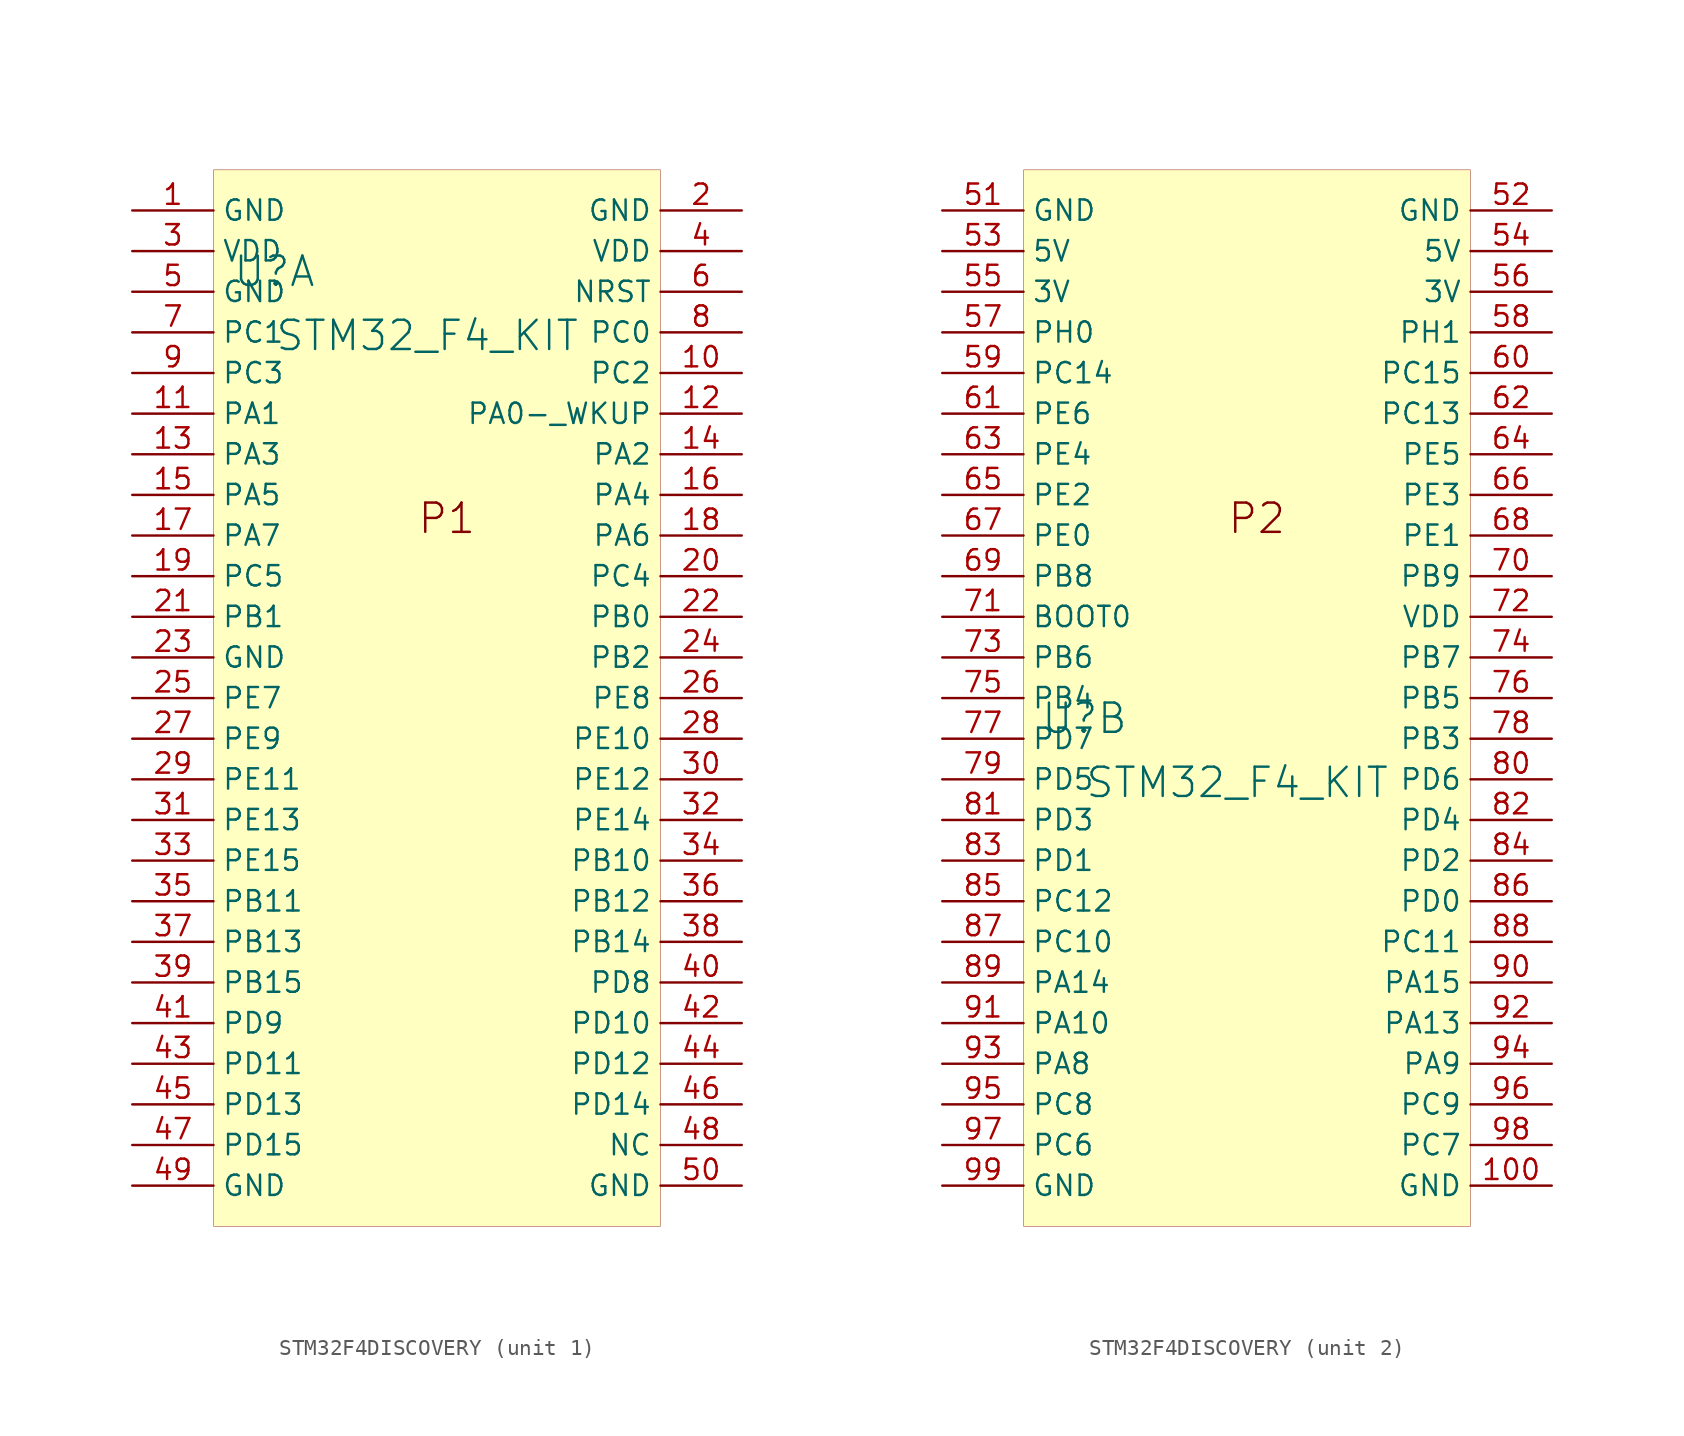
<source format=kicad_sym>
(kicad_symbol_lib
  (version 20241209)
  (generator "kicad_symbol_editor")
  (generator_version "9.0")
  (symbol "STM32F4DISCOVERY"
    (property "Reference" "U"
      (at -1.27 1.27 0)
      (effects (font (size 1.829 1.829))))
    (property "Value" "STM32_F4_KIT"
      (at -1.27 -3.81 0)
      (effects (font (size 1.829 1.829)) (justify left bottom)))
    (symbol "STM32F4DISCOVERY_1_0"
      (rectangle (start 22.86 7.62) (end -5.08 -58.42) (stroke (width 0.025) (type solid) (color 128 0 0 1)) (fill (type background)))
      (text "P1" (at 7.62 -15.24 0) (effects (font (size 1.829 1.829)) (justify left bottom)))
      (pin power_in line (at -10.16 5.08 0) (length 5.08) (name "GND" (effects (font (size 1.27 1.27)))) (number "1" (effects (font (size 1.27 1.27)))))
      (pin power_in line (at -10.16 2.54 0) (length 5.08) (name "VDD" (effects (font (size 1.27 1.27)))) (number "3" (effects (font (size 1.27 1.27)))))
      (pin power_in line (at -10.16 0 0) (length 5.08) (name "GND" (effects (font (size 1.27 1.27)))) (number "5" (effects (font (size 1.27 1.27)))))
      (pin bidirectional line (at -10.16 -2.54 0) (length 5.08) (name "PC1" (effects (font (size 1.27 1.27)))) (number "7" (effects (font (size 1.27 1.27)))))
      (pin bidirectional line (at -10.16 -5.08 0) (length 5.08) (name "PC3" (effects (font (size 1.27 1.27)))) (number "9" (effects (font (size 1.27 1.27)))))
      (pin bidirectional line (at -10.16 -7.62 0) (length 5.08) (name "PA1" (effects (font (size 1.27 1.27)))) (number "11" (effects (font (size 1.27 1.27)))))
      (pin bidirectional line (at -10.16 -10.16 0) (length 5.08) (name "PA3" (effects (font (size 1.27 1.27)))) (number "13" (effects (font (size 1.27 1.27)))))
      (pin bidirectional line (at -10.16 -12.7 0) (length 5.08) (name "PA5" (effects (font (size 1.27 1.27)))) (number "15" (effects (font (size 1.27 1.27)))))
      (pin bidirectional line (at -10.16 -15.24 0) (length 5.08) (name "PA7" (effects (font (size 1.27 1.27)))) (number "17" (effects (font (size 1.27 1.27)))))
      (pin bidirectional line (at -10.16 -17.78 0) (length 5.08) (name "PC5" (effects (font (size 1.27 1.27)))) (number "19" (effects (font (size 1.27 1.27)))))
      (pin bidirectional line (at -10.16 -20.32 0) (length 5.08) (name "PB1" (effects (font (size 1.27 1.27)))) (number "21" (effects (font (size 1.27 1.27)))))
      (pin power_in line (at -10.16 -22.86 0) (length 5.08) (name "GND" (effects (font (size 1.27 1.27)))) (number "23" (effects (font (size 1.27 1.27)))))
      (pin bidirectional line (at -10.16 -25.4 0) (length 5.08) (name "PE7" (effects (font (size 1.27 1.27)))) (number "25" (effects (font (size 1.27 1.27)))))
      (pin bidirectional line (at -10.16 -27.94 0) (length 5.08) (name "PE9" (effects (font (size 1.27 1.27)))) (number "27" (effects (font (size 1.27 1.27)))))
      (pin bidirectional line (at -10.16 -30.48 0) (length 5.08) (name "PE11" (effects (font (size 1.27 1.27)))) (number "29" (effects (font (size 1.27 1.27)))))
      (pin bidirectional line (at -10.16 -33.02 0) (length 5.08) (name "PE13" (effects (font (size 1.27 1.27)))) (number "31" (effects (font (size 1.27 1.27)))))
      (pin bidirectional line (at -10.16 -35.56 0) (length 5.08) (name "PE15" (effects (font (size 1.27 1.27)))) (number "33" (effects (font (size 1.27 1.27)))))
      (pin bidirectional line (at -10.16 -38.1 0) (length 5.08) (name "PB11" (effects (font (size 1.27 1.27)))) (number "35" (effects (font (size 1.27 1.27)))))
      (pin bidirectional line (at -10.16 -40.64 0) (length 5.08) (name "PB13" (effects (font (size 1.27 1.27)))) (number "37" (effects (font (size 1.27 1.27)))))
      (pin bidirectional line (at -10.16 -43.18 0) (length 5.08) (name "PB15" (effects (font (size 1.27 1.27)))) (number "39" (effects (font (size 1.27 1.27)))))
      (pin bidirectional line (at -10.16 -45.72 0) (length 5.08) (name "PD9" (effects (font (size 1.27 1.27)))) (number "41" (effects (font (size 1.27 1.27)))))
      (pin bidirectional line (at -10.16 -48.26 0) (length 5.08) (name "PD11" (effects (font (size 1.27 1.27)))) (number "43" (effects (font (size 1.27 1.27)))))
      (pin bidirectional line (at -10.16 -50.8 0) (length 5.08) (name "PD13" (effects (font (size 1.27 1.27)))) (number "45" (effects (font (size 1.27 1.27)))))
      (pin bidirectional line (at -10.16 -53.34 0) (length 5.08) (name "PD15" (effects (font (size 1.27 1.27)))) (number "47" (effects (font (size 1.27 1.27)))))
      (pin power_in line (at -10.16 -55.88 0) (length 5.08) (name "GND" (effects (font (size 1.27 1.27)))) (number "49" (effects (font (size 1.27 1.27)))))
      (pin power_in line (at 27.94 5.08 180) (length 5.08) (name "GND" (effects (font (size 1.27 1.27)))) (number "2" (effects (font (size 1.27 1.27)))))
      (pin power_in line (at 27.94 2.54 180) (length 5.08) (name "VDD" (effects (font (size 1.27 1.27)))) (number "4" (effects (font (size 1.27 1.27)))))
      (pin input line (at 27.94 0 180) (length 5.08) (name "NRST" (effects (font (size 1.27 1.27)))) (number "6" (effects (font (size 1.27 1.27)))))
      (pin bidirectional line (at 27.94 -2.54 180) (length 5.08) (name "PC0" (effects (font (size 1.27 1.27)))) (number "8" (effects (font (size 1.27 1.27)))))
      (pin bidirectional line (at 27.94 -5.08 180) (length 5.08) (name "PC2" (effects (font (size 1.27 1.27)))) (number "10" (effects (font (size 1.27 1.27)))))
      (pin bidirectional line (at 27.94 -7.62 180) (length 5.08) (name "PA0-_WKUP" (effects (font (size 1.27 1.27)))) (number "12" (effects (font (size 1.27 1.27)))))
      (pin bidirectional line (at 27.94 -10.16 180) (length 5.08) (name "PA2" (effects (font (size 1.27 1.27)))) (number "14" (effects (font (size 1.27 1.27)))))
      (pin bidirectional line (at 27.94 -12.7 180) (length 5.08) (name "PA4" (effects (font (size 1.27 1.27)))) (number "16" (effects (font (size 1.27 1.27)))))
      (pin bidirectional line (at 27.94 -15.24 180) (length 5.08) (name "PA6" (effects (font (size 1.27 1.27)))) (number "18" (effects (font (size 1.27 1.27)))))
      (pin bidirectional line (at 27.94 -17.78 180) (length 5.08) (name "PC4" (effects (font (size 1.27 1.27)))) (number "20" (effects (font (size 1.27 1.27)))))
      (pin bidirectional line (at 27.94 -20.32 180) (length 5.08) (name "PB0" (effects (font (size 1.27 1.27)))) (number "22" (effects (font (size 1.27 1.27)))))
      (pin bidirectional line (at 27.94 -22.86 180) (length 5.08) (name "PB2" (effects (font (size 1.27 1.27)))) (number "24" (effects (font (size 1.27 1.27)))))
      (pin bidirectional line (at 27.94 -25.4 180) (length 5.08) (name "PE8" (effects (font (size 1.27 1.27)))) (number "26" (effects (font (size 1.27 1.27)))))
      (pin bidirectional line (at 27.94 -27.94 180) (length 5.08) (name "PE10" (effects (font (size 1.27 1.27)))) (number "28" (effects (font (size 1.27 1.27)))))
      (pin bidirectional line (at 27.94 -30.48 180) (length 5.08) (name "PE12" (effects (font (size 1.27 1.27)))) (number "30" (effects (font (size 1.27 1.27)))))
      (pin bidirectional line (at 27.94 -33.02 180) (length 5.08) (name "PE14" (effects (font (size 1.27 1.27)))) (number "32" (effects (font (size 1.27 1.27)))))
      (pin bidirectional line (at 27.94 -35.56 180) (length 5.08) (name "PB10" (effects (font (size 1.27 1.27)))) (number "34" (effects (font (size 1.27 1.27)))))
      (pin bidirectional line (at 27.94 -38.1 180) (length 5.08) (name "PB12" (effects (font (size 1.27 1.27)))) (number "36" (effects (font (size 1.27 1.27)))))
      (pin bidirectional line (at 27.94 -40.64 180) (length 5.08) (name "PB14" (effects (font (size 1.27 1.27)))) (number "38" (effects (font (size 1.27 1.27)))))
      (pin bidirectional line (at 27.94 -43.18 180) (length 5.08) (name "PD8" (effects (font (size 1.27 1.27)))) (number "40" (effects (font (size 1.27 1.27)))))
      (pin bidirectional line (at 27.94 -45.72 180) (length 5.08) (name "PD10" (effects (font (size 1.27 1.27)))) (number "42" (effects (font (size 1.27 1.27)))))
      (pin bidirectional line (at 27.94 -48.26 180) (length 5.08) (name "PD12" (effects (font (size 1.27 1.27)))) (number "44" (effects (font (size 1.27 1.27)))))
      (pin bidirectional line (at 27.94 -50.8 180) (length 5.08) (name "PD14" (effects (font (size 1.27 1.27)))) (number "46" (effects (font (size 1.27 1.27)))))
      (pin passive line (at 27.94 -53.34 180) (length 5.08) (name "NC" (effects (font (size 1.27 1.27)))) (number "48" (effects (font (size 1.27 1.27)))))
      (pin power_in line (at 27.94 -55.88 180) (length 5.08) (name "GND" (effects (font (size 1.27 1.27)))) (number "50" (effects (font (size 1.27 1.27))))))
    (symbol "STM32F4DISCOVERY_2_0"
      (rectangle (start 22.86 35.56) (end -5.08 -30.48) (stroke (width 0.025) (type solid) (color 128 0 0 1)) (fill (type background)))
      (text "P2" (at 7.62 12.7 0) (effects (font (size 1.829 1.829)) (justify left bottom)))
      (pin power_in line (at -10.16 33.02 0) (length 5.08) (name "GND" (effects (font (size 1.27 1.27)))) (number "51" (effects (font (size 1.27 1.27)))))
      (pin power_in line (at -10.16 30.48 0) (length 5.08) (name "5V" (effects (font (size 1.27 1.27)))) (number "53" (effects (font (size 1.27 1.27)))))
      (pin power_in line (at -10.16 27.94 0) (length 5.08) (name "3V" (effects (font (size 1.27 1.27)))) (number "55" (effects (font (size 1.27 1.27)))))
      (pin bidirectional line (at -10.16 25.4 0) (length 5.08) (name "PH0" (effects (font (size 1.27 1.27)))) (number "57" (effects (font (size 1.27 1.27)))))
      (pin bidirectional line (at -10.16 22.86 0) (length 5.08) (name "PC14" (effects (font (size 1.27 1.27)))) (number "59" (effects (font (size 1.27 1.27)))))
      (pin bidirectional line (at -10.16 20.32 0) (length 5.08) (name "PE6" (effects (font (size 1.27 1.27)))) (number "61" (effects (font (size 1.27 1.27)))))
      (pin bidirectional line (at -10.16 17.78 0) (length 5.08) (name "PE4" (effects (font (size 1.27 1.27)))) (number "63" (effects (font (size 1.27 1.27)))))
      (pin bidirectional line (at -10.16 15.24 0) (length 5.08) (name "PE2" (effects (font (size 1.27 1.27)))) (number "65" (effects (font (size 1.27 1.27)))))
      (pin bidirectional line (at -10.16 12.7 0) (length 5.08) (name "PE0" (effects (font (size 1.27 1.27)))) (number "67" (effects (font (size 1.27 1.27)))))
      (pin bidirectional line (at -10.16 10.16 0) (length 5.08) (name "PB8" (effects (font (size 1.27 1.27)))) (number "69" (effects (font (size 1.27 1.27)))))
      (pin input line (at -10.16 7.62 0) (length 5.08) (name "BOOT0" (effects (font (size 1.27 1.27)))) (number "71" (effects (font (size 1.27 1.27)))))
      (pin bidirectional line (at -10.16 5.08 0) (length 5.08) (name "PB6" (effects (font (size 1.27 1.27)))) (number "73" (effects (font (size 1.27 1.27)))))
      (pin bidirectional line (at -10.16 2.54 0) (length 5.08) (name "PB4" (effects (font (size 1.27 1.27)))) (number "75" (effects (font (size 1.27 1.27)))))
      (pin bidirectional line (at -10.16 0 0) (length 5.08) (name "PD7" (effects (font (size 1.27 1.27)))) (number "77" (effects (font (size 1.27 1.27)))))
      (pin bidirectional line (at -10.16 -2.54 0) (length 5.08) (name "PD5" (effects (font (size 1.27 1.27)))) (number "79" (effects (font (size 1.27 1.27)))))
      (pin bidirectional line (at -10.16 -5.08 0) (length 5.08) (name "PD3" (effects (font (size 1.27 1.27)))) (number "81" (effects (font (size 1.27 1.27)))))
      (pin bidirectional line (at -10.16 -7.62 0) (length 5.08) (name "PD1" (effects (font (size 1.27 1.27)))) (number "83" (effects (font (size 1.27 1.27)))))
      (pin bidirectional line (at -10.16 -10.16 0) (length 5.08) (name "PC12" (effects (font (size 1.27 1.27)))) (number "85" (effects (font (size 1.27 1.27)))))
      (pin bidirectional line (at -10.16 -12.7 0) (length 5.08) (name "PC10" (effects (font (size 1.27 1.27)))) (number "87" (effects (font (size 1.27 1.27)))))
      (pin bidirectional line (at -10.16 -15.24 0) (length 5.08) (name "PA14" (effects (font (size 1.27 1.27)))) (number "89" (effects (font (size 1.27 1.27)))))
      (pin bidirectional line (at -10.16 -17.78 0) (length 5.08) (name "PA10" (effects (font (size 1.27 1.27)))) (number "91" (effects (font (size 1.27 1.27)))))
      (pin bidirectional line (at -10.16 -20.32 0) (length 5.08) (name "PA8" (effects (font (size 1.27 1.27)))) (number "93" (effects (font (size 1.27 1.27)))))
      (pin bidirectional line (at -10.16 -22.86 0) (length 5.08) (name "PC8" (effects (font (size 1.27 1.27)))) (number "95" (effects (font (size 1.27 1.27)))))
      (pin bidirectional line (at -10.16 -25.4 0) (length 5.08) (name "PC6" (effects (font (size 1.27 1.27)))) (number "97" (effects (font (size 1.27 1.27)))))
      (pin power_in line (at -10.16 -27.94 0) (length 5.08) (name "GND" (effects (font (size 1.27 1.27)))) (number "99" (effects (font (size 1.27 1.27)))))
      (pin power_in line (at 27.94 33.02 180) (length 5.08) (name "GND" (effects (font (size 1.27 1.27)))) (number "52" (effects (font (size 1.27 1.27)))))
      (pin power_in line (at 27.94 30.48 180) (length 5.08) (name "5V" (effects (font (size 1.27 1.27)))) (number "54" (effects (font (size 1.27 1.27)))))
      (pin power_in line (at 27.94 27.94 180) (length 5.08) (name "3V" (effects (font (size 1.27 1.27)))) (number "56" (effects (font (size 1.27 1.27)))))
      (pin bidirectional line (at 27.94 25.4 180) (length 5.08) (name "PH1" (effects (font (size 1.27 1.27)))) (number "58" (effects (font (size 1.27 1.27)))))
      (pin bidirectional line (at 27.94 22.86 180) (length 5.08) (name "PC15" (effects (font (size 1.27 1.27)))) (number "60" (effects (font (size 1.27 1.27)))))
      (pin bidirectional line (at 27.94 20.32 180) (length 5.08) (name "PC13" (effects (font (size 1.27 1.27)))) (number "62" (effects (font (size 1.27 1.27)))))
      (pin bidirectional line (at 27.94 17.78 180) (length 5.08) (name "PE5" (effects (font (size 1.27 1.27)))) (number "64" (effects (font (size 1.27 1.27)))))
      (pin bidirectional line (at 27.94 15.24 180) (length 5.08) (name "PE3" (effects (font (size 1.27 1.27)))) (number "66" (effects (font (size 1.27 1.27)))))
      (pin bidirectional line (at 27.94 12.7 180) (length 5.08) (name "PE1" (effects (font (size 1.27 1.27)))) (number "68" (effects (font (size 1.27 1.27)))))
      (pin bidirectional line (at 27.94 10.16 180) (length 5.08) (name "PB9" (effects (font (size 1.27 1.27)))) (number "70" (effects (font (size 1.27 1.27)))))
      (pin power_in line (at 27.94 7.62 180) (length 5.08) (name "VDD" (effects (font (size 1.27 1.27)))) (number "72" (effects (font (size 1.27 1.27)))))
      (pin bidirectional line (at 27.94 5.08 180) (length 5.08) (name "PB7" (effects (font (size 1.27 1.27)))) (number "74" (effects (font (size 1.27 1.27)))))
      (pin bidirectional line (at 27.94 2.54 180) (length 5.08) (name "PB5" (effects (font (size 1.27 1.27)))) (number "76" (effects (font (size 1.27 1.27)))))
      (pin bidirectional line (at 27.94 0 180) (length 5.08) (name "PB3" (effects (font (size 1.27 1.27)))) (number "78" (effects (font (size 1.27 1.27)))))
      (pin bidirectional line (at 27.94 -2.54 180) (length 5.08) (name "PD6" (effects (font (size 1.27 1.27)))) (number "80" (effects (font (size 1.27 1.27)))))
      (pin bidirectional line (at 27.94 -5.08 180) (length 5.08) (name "PD4" (effects (font (size 1.27 1.27)))) (number "82" (effects (font (size 1.27 1.27)))))
      (pin bidirectional line (at 27.94 -7.62 180) (length 5.08) (name "PD2" (effects (font (size 1.27 1.27)))) (number "84" (effects (font (size 1.27 1.27)))))
      (pin bidirectional line (at 27.94 -10.16 180) (length 5.08) (name "PD0" (effects (font (size 1.27 1.27)))) (number "86" (effects (font (size 1.27 1.27)))))
      (pin bidirectional line (at 27.94 -12.7 180) (length 5.08) (name "PC11" (effects (font (size 1.27 1.27)))) (number "88" (effects (font (size 1.27 1.27)))))
      (pin bidirectional line (at 27.94 -15.24 180) (length 5.08) (name "PA15" (effects (font (size 1.27 1.27)))) (number "90" (effects (font (size 1.27 1.27)))))
      (pin bidirectional line (at 27.94 -17.78 180) (length 5.08) (name "PA13" (effects (font (size 1.27 1.27)))) (number "92" (effects (font (size 1.27 1.27)))))
      (pin bidirectional line (at 27.94 -20.32 180) (length 5.08) (name "PA9" (effects (font (size 1.27 1.27)))) (number "94" (effects (font (size 1.27 1.27)))))
      (pin bidirectional line (at 27.94 -22.86 180) (length 5.08) (name "PC9" (effects (font (size 1.27 1.27)))) (number "96" (effects (font (size 1.27 1.27)))))
      (pin bidirectional line (at 27.94 -25.4 180) (length 5.08) (name "PC7" (effects (font (size 1.27 1.27)))) (number "98" (effects (font (size 1.27 1.27)))))
      (pin power_in line (at 27.94 -27.94 180) (length 5.08) (name "GND" (effects (font (size 1.27 1.27)))) (number "100" (effects (font (size 1.27 1.27))))))))
</source>
